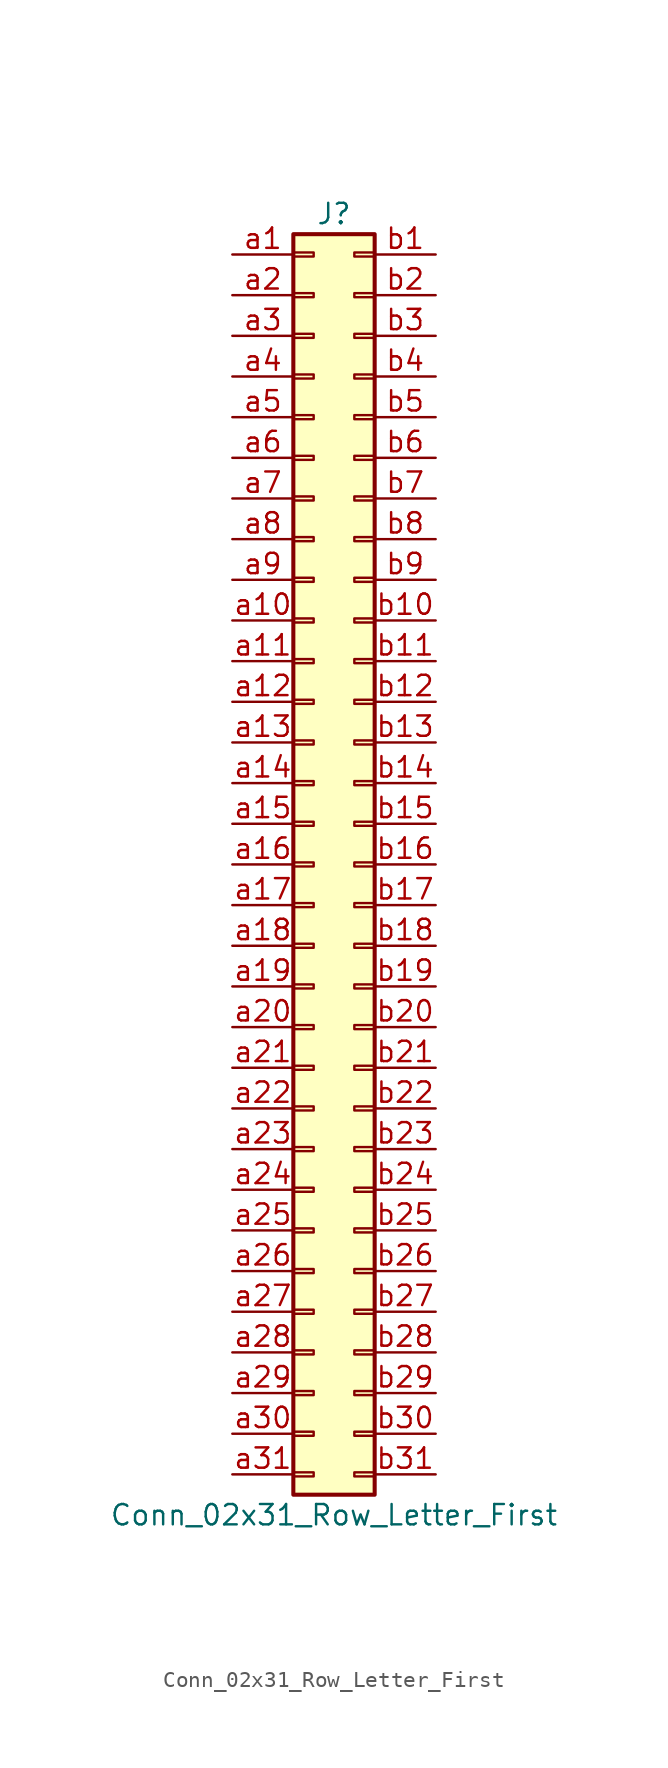
<source format=kicad_sym>
(kicad_symbol_lib
  (version 20211014)
  (generator kicad_symbol_editor)
  (symbol "Conn_02x31_Row_Letter_First"
    (pin_names
      (offset 1.016) hide)
    (property "Reference" "J"
      (at 1.27 40.64 0)
      (effects (font (size 1.27 1.27))))
    (property "Value" "Conn_02x31_Row_Letter_First"
      (at 1.27 -40.64 0)
      (effects (font (size 1.27 1.27))))
    (symbol "Conn_02x31_Row_Letter_First_1_1"
      (rectangle (start -1.27 -37.973) (end 0 -38.227) (stroke (width 0.152) (type default) (color 0 0 0 0)) (fill (type none)))
      (rectangle (start -1.27 -35.433) (end 0 -35.687) (stroke (width 0.152) (type default) (color 0 0 0 0)) (fill (type none)))
      (rectangle (start -1.27 -32.893) (end 0 -33.147) (stroke (width 0.152) (type default) (color 0 0 0 0)) (fill (type none)))
      (rectangle (start -1.27 -30.353) (end 0 -30.607) (stroke (width 0.152) (type default) (color 0 0 0 0)) (fill (type none)))
      (rectangle (start -1.27 -27.813) (end 0 -28.067) (stroke (width 0.152) (type default) (color 0 0 0 0)) (fill (type none)))
      (rectangle (start -1.27 -25.273) (end 0 -25.527) (stroke (width 0.152) (type default) (color 0 0 0 0)) (fill (type none)))
      (rectangle (start -1.27 -22.733) (end 0 -22.987) (stroke (width 0.152) (type default) (color 0 0 0 0)) (fill (type none)))
      (rectangle (start -1.27 -20.193) (end 0 -20.447) (stroke (width 0.152) (type default) (color 0 0 0 0)) (fill (type none)))
      (rectangle (start -1.27 -17.653) (end 0 -17.907) (stroke (width 0.152) (type default) (color 0 0 0 0)) (fill (type none)))
      (rectangle (start -1.27 -15.113) (end 0 -15.367) (stroke (width 0.152) (type default) (color 0 0 0 0)) (fill (type none)))
      (rectangle (start -1.27 -12.573) (end 0 -12.827) (stroke (width 0.152) (type default) (color 0 0 0 0)) (fill (type none)))
      (rectangle (start -1.27 -10.033) (end 0 -10.287) (stroke (width 0.152) (type default) (color 0 0 0 0)) (fill (type none)))
      (rectangle (start -1.27 -7.493) (end 0 -7.747) (stroke (width 0.152) (type default) (color 0 0 0 0)) (fill (type none)))
      (rectangle (start -1.27 -4.953) (end 0 -5.207) (stroke (width 0.152) (type default) (color 0 0 0 0)) (fill (type none)))
      (rectangle (start -1.27 -2.413) (end 0 -2.667) (stroke (width 0.152) (type default) (color 0 0 0 0)) (fill (type none)))
      (rectangle (start -1.27 0.127) (end 0 -0.127) (stroke (width 0.152) (type default) (color 0 0 0 0)) (fill (type none)))
      (rectangle (start -1.27 2.667) (end 0 2.413) (stroke (width 0.152) (type default) (color 0 0 0 0)) (fill (type none)))
      (rectangle (start -1.27 5.207) (end 0 4.953) (stroke (width 0.152) (type default) (color 0 0 0 0)) (fill (type none)))
      (rectangle (start -1.27 7.747) (end 0 7.493) (stroke (width 0.152) (type default) (color 0 0 0 0)) (fill (type none)))
      (rectangle (start -1.27 10.287) (end 0 10.033) (stroke (width 0.152) (type default) (color 0 0 0 0)) (fill (type none)))
      (rectangle (start -1.27 12.827) (end 0 12.573) (stroke (width 0.152) (type default) (color 0 0 0 0)) (fill (type none)))
      (rectangle (start -1.27 15.367) (end 0 15.113) (stroke (width 0.152) (type default) (color 0 0 0 0)) (fill (type none)))
      (rectangle (start -1.27 17.907) (end 0 17.653) (stroke (width 0.152) (type default) (color 0 0 0 0)) (fill (type none)))
      (rectangle (start -1.27 20.447) (end 0 20.193) (stroke (width 0.152) (type default) (color 0 0 0 0)) (fill (type none)))
      (rectangle (start -1.27 22.987) (end 0 22.733) (stroke (width 0.152) (type default) (color 0 0 0 0)) (fill (type none)))
      (rectangle (start -1.27 25.527) (end 0 25.273) (stroke (width 0.152) (type default) (color 0 0 0 0)) (fill (type none)))
      (rectangle (start -1.27 28.067) (end 0 27.813) (stroke (width 0.152) (type default) (color 0 0 0 0)) (fill (type none)))
      (rectangle (start -1.27 30.607) (end 0 30.353) (stroke (width 0.152) (type default) (color 0 0 0 0)) (fill (type none)))
      (rectangle (start -1.27 33.147) (end 0 32.893) (stroke (width 0.152) (type default) (color 0 0 0 0)) (fill (type none)))
      (rectangle (start -1.27 35.687) (end 0 35.433) (stroke (width 0.152) (type default) (color 0 0 0 0)) (fill (type none)))
      (rectangle (start -1.27 38.227) (end 0 37.973) (stroke (width 0.152) (type default) (color 0 0 0 0)) (fill (type none)))
      (rectangle (start -1.27 39.37) (end 3.81 -39.37) (stroke (width 0.254) (type default) (color 0 0 0 0)) (fill (type background)))
      (rectangle (start 3.81 -37.973) (end 2.54 -38.227) (stroke (width 0.152) (type default) (color 0 0 0 0)) (fill (type none)))
      (rectangle (start 3.81 -35.433) (end 2.54 -35.687) (stroke (width 0.152) (type default) (color 0 0 0 0)) (fill (type none)))
      (rectangle (start 3.81 -32.893) (end 2.54 -33.147) (stroke (width 0.152) (type default) (color 0 0 0 0)) (fill (type none)))
      (rectangle (start 3.81 -30.353) (end 2.54 -30.607) (stroke (width 0.152) (type default) (color 0 0 0 0)) (fill (type none)))
      (rectangle (start 3.81 -27.813) (end 2.54 -28.067) (stroke (width 0.152) (type default) (color 0 0 0 0)) (fill (type none)))
      (rectangle (start 3.81 -25.273) (end 2.54 -25.527) (stroke (width 0.152) (type default) (color 0 0 0 0)) (fill (type none)))
      (rectangle (start 3.81 -22.733) (end 2.54 -22.987) (stroke (width 0.152) (type default) (color 0 0 0 0)) (fill (type none)))
      (rectangle (start 3.81 -20.193) (end 2.54 -20.447) (stroke (width 0.152) (type default) (color 0 0 0 0)) (fill (type none)))
      (rectangle (start 3.81 -17.653) (end 2.54 -17.907) (stroke (width 0.152) (type default) (color 0 0 0 0)) (fill (type none)))
      (rectangle (start 3.81 -15.113) (end 2.54 -15.367) (stroke (width 0.152) (type default) (color 0 0 0 0)) (fill (type none)))
      (rectangle (start 3.81 -12.573) (end 2.54 -12.827) (stroke (width 0.152) (type default) (color 0 0 0 0)) (fill (type none)))
      (rectangle (start 3.81 -10.033) (end 2.54 -10.287) (stroke (width 0.152) (type default) (color 0 0 0 0)) (fill (type none)))
      (rectangle (start 3.81 -7.493) (end 2.54 -7.747) (stroke (width 0.152) (type default) (color 0 0 0 0)) (fill (type none)))
      (rectangle (start 3.81 -4.953) (end 2.54 -5.207) (stroke (width 0.152) (type default) (color 0 0 0 0)) (fill (type none)))
      (rectangle (start 3.81 -2.413) (end 2.54 -2.667) (stroke (width 0.152) (type default) (color 0 0 0 0)) (fill (type none)))
      (rectangle (start 3.81 0.127) (end 2.54 -0.127) (stroke (width 0.152) (type default) (color 0 0 0 0)) (fill (type none)))
      (rectangle (start 3.81 2.667) (end 2.54 2.413) (stroke (width 0.152) (type default) (color 0 0 0 0)) (fill (type none)))
      (rectangle (start 3.81 5.207) (end 2.54 4.953) (stroke (width 0.152) (type default) (color 0 0 0 0)) (fill (type none)))
      (rectangle (start 3.81 7.747) (end 2.54 7.493) (stroke (width 0.152) (type default) (color 0 0 0 0)) (fill (type none)))
      (rectangle (start 3.81 10.287) (end 2.54 10.033) (stroke (width 0.152) (type default) (color 0 0 0 0)) (fill (type none)))
      (rectangle (start 3.81 12.827) (end 2.54 12.573) (stroke (width 0.152) (type default) (color 0 0 0 0)) (fill (type none)))
      (rectangle (start 3.81 15.367) (end 2.54 15.113) (stroke (width 0.152) (type default) (color 0 0 0 0)) (fill (type none)))
      (rectangle (start 3.81 17.907) (end 2.54 17.653) (stroke (width 0.152) (type default) (color 0 0 0 0)) (fill (type none)))
      (rectangle (start 3.81 20.447) (end 2.54 20.193) (stroke (width 0.152) (type default) (color 0 0 0 0)) (fill (type none)))
      (rectangle (start 3.81 22.987) (end 2.54 22.733) (stroke (width 0.152) (type default) (color 0 0 0 0)) (fill (type none)))
      (rectangle (start 3.81 25.527) (end 2.54 25.273) (stroke (width 0.152) (type default) (color 0 0 0 0)) (fill (type none)))
      (rectangle (start 3.81 28.067) (end 2.54 27.813) (stroke (width 0.152) (type default) (color 0 0 0 0)) (fill (type none)))
      (rectangle (start 3.81 30.607) (end 2.54 30.353) (stroke (width 0.152) (type default) (color 0 0 0 0)) (fill (type none)))
      (rectangle (start 3.81 33.147) (end 2.54 32.893) (stroke (width 0.152) (type default) (color 0 0 0 0)) (fill (type none)))
      (rectangle (start 3.81 35.687) (end 2.54 35.433) (stroke (width 0.152) (type default) (color 0 0 0 0)) (fill (type none)))
      (rectangle (start 3.81 38.227) (end 2.54 37.973) (stroke (width 0.152) (type default) (color 0 0 0 0)) (fill (type none)))
      (pin passive line (at -5.08 38.1 0) (length 3.81) (name "Pin_a1" (effects (font (size 1.27 1.27)))) (number "a1" (effects (font (size 1.27 1.27)))))
      (pin passive line (at -5.08 15.24 0) (length 3.81) (name "Pin_a10" (effects (font (size 1.27 1.27)))) (number "a10" (effects (font (size 1.27 1.27)))))
      (pin passive line (at -5.08 12.7 0) (length 3.81) (name "Pin_a11" (effects (font (size 1.27 1.27)))) (number "a11" (effects (font (size 1.27 1.27)))))
      (pin passive line (at -5.08 10.16 0) (length 3.81) (name "Pin_a12" (effects (font (size 1.27 1.27)))) (number "a12" (effects (font (size 1.27 1.27)))))
      (pin passive line (at -5.08 7.62 0) (length 3.81) (name "Pin_a13" (effects (font (size 1.27 1.27)))) (number "a13" (effects (font (size 1.27 1.27)))))
      (pin passive line (at -5.08 5.08 0) (length 3.81) (name "Pin_a14" (effects (font (size 1.27 1.27)))) (number "a14" (effects (font (size 1.27 1.27)))))
      (pin passive line (at -5.08 2.54 0) (length 3.81) (name "Pin_a15" (effects (font (size 1.27 1.27)))) (number "a15" (effects (font (size 1.27 1.27)))))
      (pin passive line (at -5.08 0 0) (length 3.81) (name "Pin_a16" (effects (font (size 1.27 1.27)))) (number "a16" (effects (font (size 1.27 1.27)))))
      (pin passive line (at -5.08 -2.54 0) (length 3.81) (name "Pin_a17" (effects (font (size 1.27 1.27)))) (number "a17" (effects (font (size 1.27 1.27)))))
      (pin passive line (at -5.08 -5.08 0) (length 3.81) (name "Pin_a18" (effects (font (size 1.27 1.27)))) (number "a18" (effects (font (size 1.27 1.27)))))
      (pin passive line (at -5.08 -7.62 0) (length 3.81) (name "Pin_a19" (effects (font (size 1.27 1.27)))) (number "a19" (effects (font (size 1.27 1.27)))))
      (pin passive line (at -5.08 35.56 0) (length 3.81) (name "Pin_a2" (effects (font (size 1.27 1.27)))) (number "a2" (effects (font (size 1.27 1.27)))))
      (pin passive line (at -5.08 -10.16 0) (length 3.81) (name "Pin_a20" (effects (font (size 1.27 1.27)))) (number "a20" (effects (font (size 1.27 1.27)))))
      (pin passive line (at -5.08 -12.7 0) (length 3.81) (name "Pin_a21" (effects (font (size 1.27 1.27)))) (number "a21" (effects (font (size 1.27 1.27)))))
      (pin passive line (at -5.08 -15.24 0) (length 3.81) (name "Pin_a22" (effects (font (size 1.27 1.27)))) (number "a22" (effects (font (size 1.27 1.27)))))
      (pin passive line (at -5.08 -17.78 0) (length 3.81) (name "Pin_a23" (effects (font (size 1.27 1.27)))) (number "a23" (effects (font (size 1.27 1.27)))))
      (pin passive line (at -5.08 -20.32 0) (length 3.81) (name "Pin_a24" (effects (font (size 1.27 1.27)))) (number "a24" (effects (font (size 1.27 1.27)))))
      (pin passive line (at -5.08 -22.86 0) (length 3.81) (name "Pin_a25" (effects (font (size 1.27 1.27)))) (number "a25" (effects (font (size 1.27 1.27)))))
      (pin passive line (at -5.08 -25.4 0) (length 3.81) (name "Pin_a26" (effects (font (size 1.27 1.27)))) (number "a26" (effects (font (size 1.27 1.27)))))
      (pin passive line (at -5.08 -27.94 0) (length 3.81) (name "Pin_a27" (effects (font (size 1.27 1.27)))) (number "a27" (effects (font (size 1.27 1.27)))))
      (pin passive line (at -5.08 -30.48 0) (length 3.81) (name "Pin_a28" (effects (font (size 1.27 1.27)))) (number "a28" (effects (font (size 1.27 1.27)))))
      (pin passive line (at -5.08 -33.02 0) (length 3.81) (name "Pin_a29" (effects (font (size 1.27 1.27)))) (number "a29" (effects (font (size 1.27 1.27)))))
      (pin passive line (at -5.08 33.02 0) (length 3.81) (name "Pin_a3" (effects (font (size 1.27 1.27)))) (number "a3" (effects (font (size 1.27 1.27)))))
      (pin passive line (at -5.08 -35.56 0) (length 3.81) (name "Pin_a30" (effects (font (size 1.27 1.27)))) (number "a30" (effects (font (size 1.27 1.27)))))
      (pin passive line (at -5.08 -38.1 0) (length 3.81) (name "Pin_a31" (effects (font (size 1.27 1.27)))) (number "a31" (effects (font (size 1.27 1.27)))))
      (pin passive line (at -5.08 30.48 0) (length 3.81) (name "Pin_a4" (effects (font (size 1.27 1.27)))) (number "a4" (effects (font (size 1.27 1.27)))))
      (pin passive line (at -5.08 27.94 0) (length 3.81) (name "Pin_a5" (effects (font (size 1.27 1.27)))) (number "a5" (effects (font (size 1.27 1.27)))))
      (pin passive line (at -5.08 25.4 0) (length 3.81) (name "Pin_a6" (effects (font (size 1.27 1.27)))) (number "a6" (effects (font (size 1.27 1.27)))))
      (pin passive line (at -5.08 22.86 0) (length 3.81) (name "Pin_a7" (effects (font (size 1.27 1.27)))) (number "a7" (effects (font (size 1.27 1.27)))))
      (pin passive line (at -5.08 20.32 0) (length 3.81) (name "Pin_a8" (effects (font (size 1.27 1.27)))) (number "a8" (effects (font (size 1.27 1.27)))))
      (pin passive line (at -5.08 17.78 0) (length 3.81) (name "Pin_a9" (effects (font (size 1.27 1.27)))) (number "a9" (effects (font (size 1.27 1.27)))))
      (pin passive line (at 7.62 38.1 180) (length 3.81) (name "Pin_b1" (effects (font (size 1.27 1.27)))) (number "b1" (effects (font (size 1.27 1.27)))))
      (pin passive line (at 7.62 15.24 180) (length 3.81) (name "Pin_b10" (effects (font (size 1.27 1.27)))) (number "b10" (effects (font (size 1.27 1.27)))))
      (pin passive line (at 7.62 12.7 180) (length 3.81) (name "Pin_b11" (effects (font (size 1.27 1.27)))) (number "b11" (effects (font (size 1.27 1.27)))))
      (pin passive line (at 7.62 10.16 180) (length 3.81) (name "Pin_b12" (effects (font (size 1.27 1.27)))) (number "b12" (effects (font (size 1.27 1.27)))))
      (pin passive line (at 7.62 7.62 180) (length 3.81) (name "Pin_b13" (effects (font (size 1.27 1.27)))) (number "b13" (effects (font (size 1.27 1.27)))))
      (pin passive line (at 7.62 5.08 180) (length 3.81) (name "Pin_b14" (effects (font (size 1.27 1.27)))) (number "b14" (effects (font (size 1.27 1.27)))))
      (pin passive line (at 7.62 2.54 180) (length 3.81) (name "Pin_b15" (effects (font (size 1.27 1.27)))) (number "b15" (effects (font (size 1.27 1.27)))))
      (pin passive line (at 7.62 0 180) (length 3.81) (name "Pin_b16" (effects (font (size 1.27 1.27)))) (number "b16" (effects (font (size 1.27 1.27)))))
      (pin passive line (at 7.62 -2.54 180) (length 3.81) (name "Pin_b17" (effects (font (size 1.27 1.27)))) (number "b17" (effects (font (size 1.27 1.27)))))
      (pin passive line (at 7.62 -5.08 180) (length 3.81) (name "Pin_b18" (effects (font (size 1.27 1.27)))) (number "b18" (effects (font (size 1.27 1.27)))))
      (pin passive line (at 7.62 -7.62 180) (length 3.81) (name "Pin_b19" (effects (font (size 1.27 1.27)))) (number "b19" (effects (font (size 1.27 1.27)))))
      (pin passive line (at 7.62 35.56 180) (length 3.81) (name "Pin_b2" (effects (font (size 1.27 1.27)))) (number "b2" (effects (font (size 1.27 1.27)))))
      (pin passive line (at 7.62 -10.16 180) (length 3.81) (name "Pin_b20" (effects (font (size 1.27 1.27)))) (number "b20" (effects (font (size 1.27 1.27)))))
      (pin passive line (at 7.62 -12.7 180) (length 3.81) (name "Pin_b21" (effects (font (size 1.27 1.27)))) (number "b21" (effects (font (size 1.27 1.27)))))
      (pin passive line (at 7.62 -15.24 180) (length 3.81) (name "Pin_b22" (effects (font (size 1.27 1.27)))) (number "b22" (effects (font (size 1.27 1.27)))))
      (pin passive line (at 7.62 -17.78 180) (length 3.81) (name "Pin_b23" (effects (font (size 1.27 1.27)))) (number "b23" (effects (font (size 1.27 1.27)))))
      (pin passive line (at 7.62 -20.32 180) (length 3.81) (name "Pin_b24" (effects (font (size 1.27 1.27)))) (number "b24" (effects (font (size 1.27 1.27)))))
      (pin passive line (at 7.62 -22.86 180) (length 3.81) (name "Pin_b25" (effects (font (size 1.27 1.27)))) (number "b25" (effects (font (size 1.27 1.27)))))
      (pin passive line (at 7.62 -25.4 180) (length 3.81) (name "Pin_b26" (effects (font (size 1.27 1.27)))) (number "b26" (effects (font (size 1.27 1.27)))))
      (pin passive line (at 7.62 -27.94 180) (length 3.81) (name "Pin_b27" (effects (font (size 1.27 1.27)))) (number "b27" (effects (font (size 1.27 1.27)))))
      (pin passive line (at 7.62 -30.48 180) (length 3.81) (name "Pin_b28" (effects (font (size 1.27 1.27)))) (number "b28" (effects (font (size 1.27 1.27)))))
      (pin passive line (at 7.62 -33.02 180) (length 3.81) (name "Pin_b29" (effects (font (size 1.27 1.27)))) (number "b29" (effects (font (size 1.27 1.27)))))
      (pin passive line (at 7.62 33.02 180) (length 3.81) (name "Pin_b3" (effects (font (size 1.27 1.27)))) (number "b3" (effects (font (size 1.27 1.27)))))
      (pin passive line (at 7.62 -35.56 180) (length 3.81) (name "Pin_b30" (effects (font (size 1.27 1.27)))) (number "b30" (effects (font (size 1.27 1.27)))))
      (pin passive line (at 7.62 -38.1 180) (length 3.81) (name "Pin_b31" (effects (font (size 1.27 1.27)))) (number "b31" (effects (font (size 1.27 1.27)))))
      (pin passive line (at 7.62 30.48 180) (length 3.81) (name "Pin_b4" (effects (font (size 1.27 1.27)))) (number "b4" (effects (font (size 1.27 1.27)))))
      (pin passive line (at 7.62 27.94 180) (length 3.81) (name "Pin_b5" (effects (font (size 1.27 1.27)))) (number "b5" (effects (font (size 1.27 1.27)))))
      (pin passive line (at 7.62 25.4 180) (length 3.81) (name "Pin_b6" (effects (font (size 1.27 1.27)))) (number "b6" (effects (font (size 1.27 1.27)))))
      (pin passive line (at 7.62 22.86 180) (length 3.81) (name "Pin_b7" (effects (font (size 1.27 1.27)))) (number "b7" (effects (font (size 1.27 1.27)))))
      (pin passive line (at 7.62 20.32 180) (length 3.81) (name "Pin_b8" (effects (font (size 1.27 1.27)))) (number "b8" (effects (font (size 1.27 1.27)))))
      (pin passive line (at 7.62 17.78 180) (length 3.81) (name "Pin_b9" (effects (font (size 1.27 1.27)))) (number "b9" (effects (font (size 1.27 1.27))))))))
</source>
